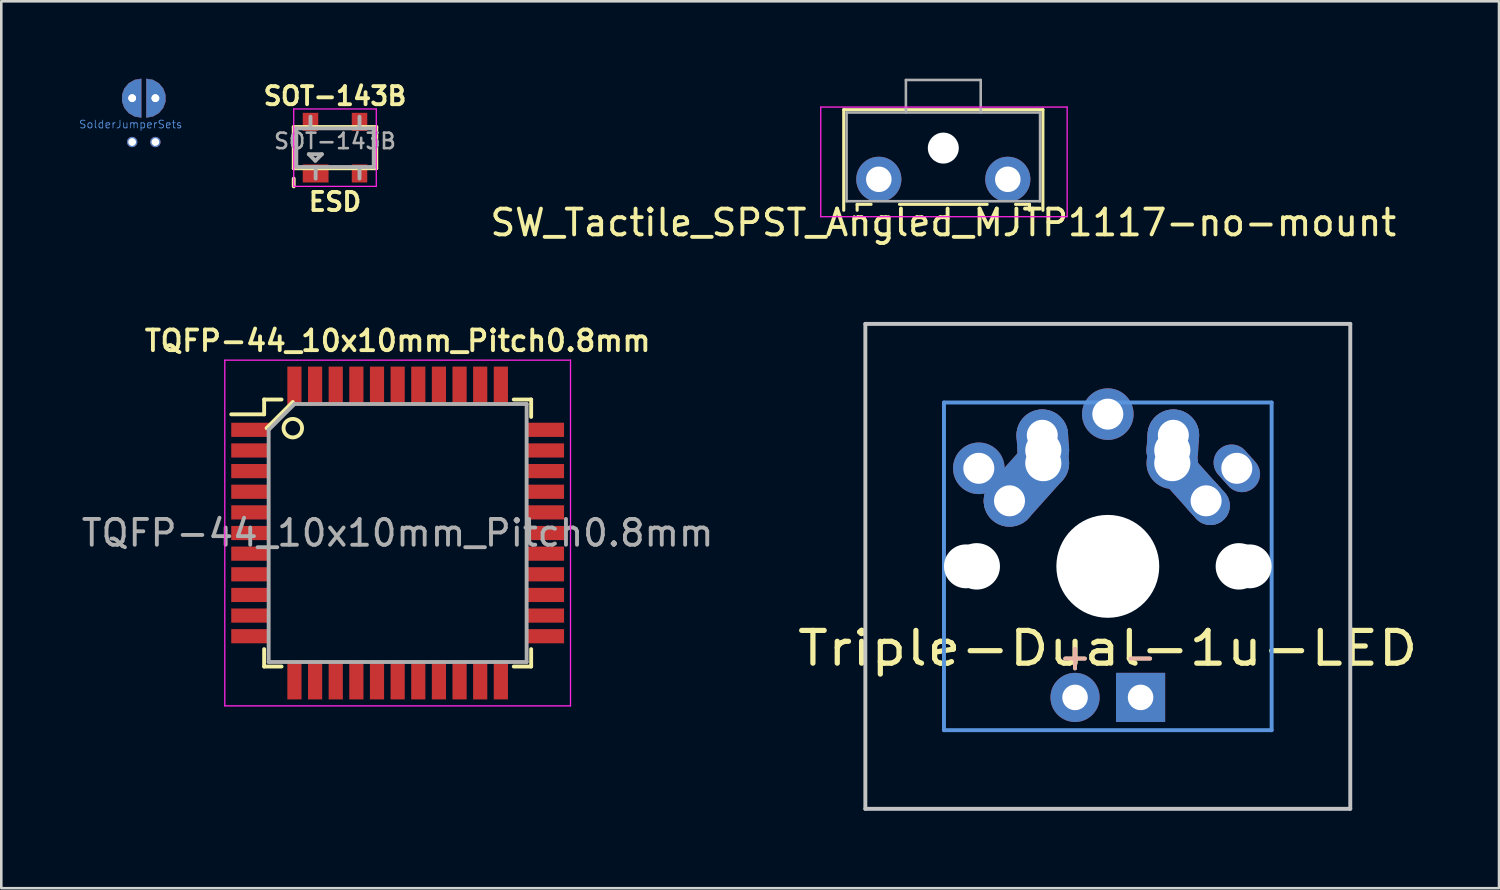
<source format=kicad_pcb>
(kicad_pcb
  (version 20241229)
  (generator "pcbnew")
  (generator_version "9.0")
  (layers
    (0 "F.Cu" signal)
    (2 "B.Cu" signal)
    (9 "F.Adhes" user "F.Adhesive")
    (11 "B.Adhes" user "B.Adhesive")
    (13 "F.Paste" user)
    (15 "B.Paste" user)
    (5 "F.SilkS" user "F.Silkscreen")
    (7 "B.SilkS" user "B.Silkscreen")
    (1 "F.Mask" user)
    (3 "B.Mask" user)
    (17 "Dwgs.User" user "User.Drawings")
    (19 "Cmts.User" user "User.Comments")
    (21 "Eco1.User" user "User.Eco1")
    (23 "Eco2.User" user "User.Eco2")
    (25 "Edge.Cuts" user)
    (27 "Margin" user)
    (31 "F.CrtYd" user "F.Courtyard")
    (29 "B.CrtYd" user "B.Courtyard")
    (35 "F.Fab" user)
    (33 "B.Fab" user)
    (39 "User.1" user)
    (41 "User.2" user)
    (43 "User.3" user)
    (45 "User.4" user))
  (footprint "SolderJumperSets"
    (layer "F.Cu")
    (at 2.523 0.755)
    (property "Reference" "SolderJumperSets" (at -0.508 1.016 0) (layer "Cmts.User") (effects (font (size 0.3 0.3) (thickness 0.03))))
    (attr through_hole)
    (fp_poly (pts (xy -0.1 -0.75) (xy -0.356 -0.705) (xy -0.582 -0.575) (xy -0.75 -0.375) (xy -0.839 -0.13) (xy -0.839 0.13) (xy -0.75 0.375) (xy -0.582 0.575) (xy -0.356 0.705) (xy -0.1 0.75) (xy -0.1 -0.75)) (stroke (width 0.01) (type solid)) (fill yes) (layer "F.Cu"))
    (fp_poly (pts (xy 0.1 0.75) (xy 0.356 0.705) (xy 0.582 0.575) (xy 0.75 0.375) (xy 0.839 0.13) (xy 0.839 -0.13) (xy 0.75 -0.375) (xy 0.582 -0.575) (xy 0.356 -0.705) (xy 0.1 -0.75) (xy 0.1 0.75)) (stroke (width 0.01) (type solid)) (fill yes) (layer "F.Cu"))
    (fp_poly (pts (xy -0.1 -0.75) (xy -0.356 -0.705) (xy -0.582 -0.575) (xy -0.75 -0.375) (xy -0.839 -0.13) (xy -0.839 0.13) (xy -0.75 0.375) (xy -0.582 0.575) (xy -0.356 0.705) (xy -0.1 0.75) (xy -0.1 -0.75)) (stroke (width 0.01) (type solid)) (fill yes) (layer "B.Cu"))
    (fp_poly (pts (xy 0.1 0.75) (xy 0.356 0.705) (xy 0.582 0.575) (xy 0.75 0.375) (xy 0.839 0.13) (xy 0.839 -0.13) (xy 0.75 -0.375) (xy 0.582 -0.575) (xy 0.356 -0.705) (xy 0.1 -0.75) (xy 0.1 0.75)) (stroke (width 0.01) (type solid)) (fill yes) (layer "B.Cu"))
    (pad "1" thru_hole circle (at -0.45 0) (size 0.4 0.4) (drill 0.3) (layers "*.Cu" "*.Mask"))
    (pad "1" thru_hole circle (at -0.45 0) (size 0.4 0.4) (drill 0.3) (layers "*.Cu" "*.Mask"))
    (pad "1" thru_hole circle (at -0.45 1.7) (size 0.4 0.4) (drill 0.3) (layers "*.Cu" "*.Mask"))
    (pad "2" thru_hole circle (at 0.45 0) (size 0.4 0.4) (drill 0.3) (layers "*.Cu" "*.Mask"))
    (pad "2" thru_hole circle (at 0.45 0) (size 0.4 0.4) (drill 0.3) (layers "*.Cu" "*.Mask"))
    (pad "2" thru_hole circle (at 0.45 1.7) (size 0.4 0.4) (drill 0.3) (layers "*.Cu" "*.Mask")))
  (footprint "TQFP-44_10x10mm_Pitch0.8mm"
    (layer "F.Cu")
    (at 12.363 17.61)
    (property "Reference" "TQFP-44_10x10mm_Pitch0.8mm" (at 0 -7.45 0) (layer "F.SilkS") (effects (font (size 0.8 0.8) (thickness 0.15))))
    (attr smd)
    (fp_line (start -5.175 -5.175) (end -5.175 -4.6) (stroke (width 0.15) (type solid)) (layer "F.SilkS"))
    (fp_line (start -5.175 -5.175) (end -4.5 -5.175) (stroke (width 0.15) (type solid)) (layer "F.SilkS"))
    (fp_line (start -5.175 -4.6) (end -6.45 -4.6) (stroke (width 0.15) (type solid)) (layer "F.SilkS"))
    (fp_line (start -5.175 5.175) (end -5.175 4.5) (stroke (width 0.15) (type solid)) (layer "F.SilkS"))
    (fp_line (start -5.175 5.175) (end -4.5 5.175) (stroke (width 0.15) (type solid)) (layer "F.SilkS"))
    (fp_line (start -5.08 -4.064) (end -4.064 -5.08) (stroke (width 0.15) (type solid)) (layer "F.SilkS"))
    (fp_line (start 5.175 -5.175) (end 4.5 -5.175) (stroke (width 0.15) (type solid)) (layer "F.SilkS"))
    (fp_line (start 5.175 -5.175) (end 5.175 -4.5) (stroke (width 0.15) (type solid)) (layer "F.SilkS"))
    (fp_line (start 5.175 5.175) (end 4.5 5.175) (stroke (width 0.15) (type solid)) (layer "F.SilkS"))
    (fp_line (start 5.175 5.175) (end 5.175 4.5) (stroke (width 0.15) (type solid)) (layer "F.SilkS"))
    (fp_circle (center -4.064 -4.064) (end -3.81 -3.81) (stroke (width 0.15) (type solid)) (fill no) (layer "F.SilkS"))
    (fp_line (start -6.7 -6.7) (end -6.7 6.7) (stroke (width 0.05) (type solid)) (layer "F.CrtYd"))
    (fp_line (start -6.7 -6.7) (end 6.7 -6.7) (stroke (width 0.05) (type solid)) (layer "F.CrtYd"))
    (fp_line (start -6.7 6.7) (end 6.7 6.7) (stroke (width 0.05) (type solid)) (layer "F.CrtYd"))
    (fp_line (start 6.7 -6.7) (end 6.7 6.7) (stroke (width 0.05) (type solid)) (layer "F.CrtYd"))
    (fp_line (start -5 -4) (end -4 -5) (stroke (width 0.15) (type solid)) (layer "F.Fab"))
    (fp_line (start -5 5) (end -5 -4) (stroke (width 0.15) (type solid)) (layer "F.Fab"))
    (fp_line (start -4 -5) (end 5 -5) (stroke (width 0.15) (type solid)) (layer "F.Fab"))
    (fp_line (start 5 -5) (end 5 5) (stroke (width 0.15) (type solid)) (layer "F.Fab"))
    (fp_line (start 5 5) (end -5 5) (stroke (width 0.15) (type solid)) (layer "F.Fab"))
    (fp_text user "${REFERENCE}" (at 0 0 0) (layer "F.Fab") (effects (font (size 1 1) (thickness 0.15))))
    (pad "1" smd rect (at -5.7 -4) (size 1.5 0.55) (layers "F.Cu" "F.Mask" "F.Paste"))
    (pad "2" smd rect (at -5.7 -3.2) (size 1.5 0.55) (layers "F.Cu" "F.Mask" "F.Paste"))
    (pad "3" smd rect (at -5.7 -2.4) (size 1.5 0.55) (layers "F.Cu" "F.Mask" "F.Paste"))
    (pad "4" smd rect (at -5.7 -1.6) (size 1.5 0.55) (layers "F.Cu" "F.Mask" "F.Paste"))
    (pad "5" smd rect (at -5.7 -0.8) (size 1.5 0.55) (layers "F.Cu" "F.Mask" "F.Paste"))
    (pad "6" smd rect (at -5.7 0) (size 1.5 0.55) (layers "F.Cu" "F.Mask" "F.Paste"))
    (pad "7" smd rect (at -5.7 0.8) (size 1.5 0.55) (layers "F.Cu" "F.Mask" "F.Paste"))
    (pad "8" smd rect (at -5.7 1.6) (size 1.5 0.55) (layers "F.Cu" "F.Mask" "F.Paste"))
    (pad "9" smd rect (at -5.7 2.4) (size 1.5 0.55) (layers "F.Cu" "F.Mask" "F.Paste"))
    (pad "10" smd rect (at -5.7 3.2) (size 1.5 0.55) (layers "F.Cu" "F.Mask" "F.Paste"))
    (pad "11" smd rect (at -5.7 4) (size 1.5 0.55) (layers "F.Cu" "F.Mask" "F.Paste"))
    (pad "12" smd rect (at -4 5.7 90) (size 1.5 0.55) (layers "F.Cu" "F.Mask" "F.Paste"))
    (pad "13" smd rect (at -3.2 5.7 90) (size 1.5 0.55) (layers "F.Cu" "F.Mask" "F.Paste"))
    (pad "14" smd rect (at -2.4 5.7 90) (size 1.5 0.55) (layers "F.Cu" "F.Mask" "F.Paste"))
    (pad "15" smd rect (at -1.6 5.7 90) (size 1.5 0.55) (layers "F.Cu" "F.Mask" "F.Paste"))
    (pad "16" smd rect (at -0.8 5.7 90) (size 1.5 0.55) (layers "F.Cu" "F.Mask" "F.Paste"))
    (pad "17" smd rect (at 0 5.7 90) (size 1.5 0.55) (layers "F.Cu" "F.Mask" "F.Paste"))
    (pad "18" smd rect (at 0.8 5.7 90) (size 1.5 0.55) (layers "F.Cu" "F.Mask" "F.Paste"))
    (pad "19" smd rect (at 1.6 5.7 90) (size 1.5 0.55) (layers "F.Cu" "F.Mask" "F.Paste"))
    (pad "20" smd rect (at 2.4 5.7 90) (size 1.5 0.55) (layers "F.Cu" "F.Mask" "F.Paste"))
    (pad "21" smd rect (at 3.2 5.7 90) (size 1.5 0.55) (layers "F.Cu" "F.Mask" "F.Paste"))
    (pad "22" smd rect (at 4 5.7 90) (size 1.5 0.55) (layers "F.Cu" "F.Mask" "F.Paste"))
    (pad "23" smd rect (at 5.7 4) (size 1.5 0.55) (layers "F.Cu" "F.Mask" "F.Paste"))
    (pad "24" smd rect (at 5.7 3.2) (size 1.5 0.55) (layers "F.Cu" "F.Mask" "F.Paste"))
    (pad "25" smd rect (at 5.7 2.4) (size 1.5 0.55) (layers "F.Cu" "F.Mask" "F.Paste"))
    (pad "26" smd rect (at 5.7 1.6) (size 1.5 0.55) (layers "F.Cu" "F.Mask" "F.Paste"))
    (pad "27" smd rect (at 5.7 0.8) (size 1.5 0.55) (layers "F.Cu" "F.Mask" "F.Paste"))
    (pad "28" smd rect (at 5.7 0) (size 1.5 0.55) (layers "F.Cu" "F.Mask" "F.Paste"))
    (pad "29" smd rect (at 5.7 -0.8) (size 1.5 0.55) (layers "F.Cu" "F.Mask" "F.Paste"))
    (pad "30" smd rect (at 5.7 -1.6) (size 1.5 0.55) (layers "F.Cu" "F.Mask" "F.Paste"))
    (pad "31" smd rect (at 5.7 -2.4) (size 1.5 0.55) (layers "F.Cu" "F.Mask" "F.Paste"))
    (pad "32" smd rect (at 5.7 -3.2) (size 1.5 0.55) (layers "F.Cu" "F.Mask" "F.Paste"))
    (pad "33" smd rect (at 5.7 -4) (size 1.5 0.55) (layers "F.Cu" "F.Mask" "F.Paste"))
    (pad "34" smd rect (at 4 -5.7 90) (size 1.5 0.55) (layers "F.Cu" "F.Mask" "F.Paste"))
    (pad "35" smd rect (at 3.2 -5.7 90) (size 1.5 0.55) (layers "F.Cu" "F.Mask" "F.Paste"))
    (pad "36" smd rect (at 2.4 -5.7 90) (size 1.5 0.55) (layers "F.Cu" "F.Mask" "F.Paste"))
    (pad "37" smd rect (at 1.6 -5.7 90) (size 1.5 0.55) (layers "F.Cu" "F.Mask" "F.Paste"))
    (pad "38" smd rect (at 0.8 -5.7 90) (size 1.5 0.55) (layers "F.Cu" "F.Mask" "F.Paste"))
    (pad "39" smd rect (at 0 -5.7 90) (size 1.5 0.55) (layers "F.Cu" "F.Mask" "F.Paste"))
    (pad "40" smd rect (at -0.8 -5.7 90) (size 1.5 0.55) (layers "F.Cu" "F.Mask" "F.Paste"))
    (pad "41" smd rect (at -1.6 -5.7 90) (size 1.5 0.55) (layers "F.Cu" "F.Mask" "F.Paste"))
    (pad "42" smd rect (at -2.4 -5.7 90) (size 1.5 0.55) (layers "F.Cu" "F.Mask" "F.Paste"))
    (pad "43" smd rect (at -3.2 -5.7 90) (size 1.5 0.55) (layers "F.Cu" "F.Mask" "F.Paste"))
    (pad "44" smd rect (at -4 -5.7 90) (size 1.5 0.55) (layers "F.Cu" "F.Mask" "F.Paste")))
  (footprint "SW_Tactile_SPST_Angled_MJTP1117-no-mount"
    (layer "F.Cu")
    (at 31.013 3.9)
    (property "Reference" "SW_Tactile_SPST_Angled_MJTP1117-no-mount" (at 2.5 1.68 0) (layer "F.SilkS") (effects (font (size 1 1) (thickness 0.15))))
    (attr through_hole)
    (fp_line (start -1.36 -2.7) (end -1.36 1.2) (stroke (width 0.12) (type solid)) (layer "F.SilkS"))
    (fp_line (start -1.36 -2.7) (end 6.36 -2.7) (stroke (width 0.12) (type solid)) (layer "F.SilkS"))
    (fp_line (start -0.84 0.97) (end -0.84 1.2) (stroke (width 0.12) (type solid)) (layer "F.SilkS"))
    (fp_line (start -0.84 0.97) (end -0.3 0.97) (stroke (width 0.12) (type solid)) (layer "F.SilkS"))
    (fp_line (start 0.8 0.97) (end 4.2 0.97) (stroke (width 0.12) (type solid)) (layer "F.SilkS"))
    (fp_line (start 5.3 0.97) (end 5.84 0.97) (stroke (width 0.12) (type solid)) (layer "F.SilkS"))
    (fp_line (start 5.84 0.97) (end 5.84 1.2) (stroke (width 0.12) (type solid)) (layer "F.SilkS"))
    (fp_line (start 6.36 -2.7) (end 6.36 1.2) (stroke (width 0.12) (type solid)) (layer "F.SilkS"))
    (fp_line (start -2.25 -2.8) (end 7.3 -2.8) (stroke (width 0.05) (type solid)) (layer "F.CrtYd"))
    (fp_line (start -2.25 1.45) (end -2.25 -2.8) (stroke (width 0.05) (type solid)) (layer "F.CrtYd"))
    (fp_line (start 7.3 -2.8) (end 7.3 1.45) (stroke (width 0.05) (type solid)) (layer "F.CrtYd"))
    (fp_line (start 7.3 1.45) (end -2.25 1.45) (stroke (width 0.05) (type solid)) (layer "F.CrtYd"))
    (fp_line (start -1.25 -2.59) (end 6.25 -2.59) (stroke (width 0.1) (type solid)) (layer "F.Fab"))
    (fp_line (start -1.25 0.85) (end -1.25 -2.59) (stroke (width 0.1) (type solid)) (layer "F.Fab"))
    (fp_line (start -1.25 0.85) (end 6.25 0.85) (stroke (width 0.1) (type solid)) (layer "F.Fab"))
    (fp_line (start 1.05 -3.85) (end 1.05 -2.59) (stroke (width 0.1) (type solid)) (layer "F.Fab"))
    (fp_line (start 1.05 -3.85) (end 3.95 -3.85) (stroke (width 0.1) (type solid)) (layer "F.Fab"))
    (fp_line (start 3.95 -3.85) (end 3.95 -2.59) (stroke (width 0.1) (type solid)) (layer "F.Fab"))
    (fp_line (start 6.25 0.85) (end 6.25 -2.59) (stroke (width 0.1) (type solid)) (layer "F.Fab"))
    (pad "" np_thru_hole circle (at 2.5 -1.21) (size 1.2 1.2) (drill 1.2) (layers "*.Cu" "*.Mask"))
    (pad "1" thru_hole circle (at 0 0) (size 1.75 1.75) (drill 0.99) (layers "*.Cu" "*.Mask"))
    (pad "2" thru_hole circle (at 5 0) (size 1.75 1.75) (drill 0.99) (layers "*.Cu" "*.Mask")))
  (footprint "Triple-Dual-1u-LED"
    (layer "F.Cu")
    (at 39.889 18.902)
    (property "Reference" "Triple-Dual-1u-LED" (at 0 3.175 0) (layer "F.SilkS") (effects (font (size 1.27 1.524) (thickness 0.203))))
    (attr through_hole)
    (fp_line (start -9.398 -9.398) (end 9.398 -9.398) (stroke (width 0.152) (type solid)) (layer "Dwgs.User"))
    (fp_line (start -9.398 9.398) (end -9.398 -9.398) (stroke (width 0.152) (type solid)) (layer "Dwgs.User"))
    (fp_line (start 9.398 -9.398) (end 9.398 9.398) (stroke (width 0.152) (type solid)) (layer "Dwgs.User"))
    (fp_line (start 9.398 9.398) (end -9.398 9.398) (stroke (width 0.152) (type solid)) (layer "Dwgs.User"))
    (fp_line (start -6.35 -6.35) (end 6.35 -6.35) (stroke (width 0.152) (type solid)) (layer "Cmts.User"))
    (fp_line (start -6.35 6.35) (end -6.35 -6.35) (stroke (width 0.152) (type solid)) (layer "Cmts.User"))
    (fp_line (start 6.35 -6.35) (end 6.35 6.35) (stroke (width 0.152) (type solid)) (layer "Cmts.User"))
    (fp_line (start 6.35 6.35) (end -6.35 6.35) (stroke (width 0.152) (type solid)) (layer "Cmts.User"))
    (fp_line (start -6.985 -6.985) (end 6.985 -6.985) (stroke (width 0.152) (type solid)) (layer "Eco2.User"))
    (fp_line (start -6.985 6.985) (end -6.985 -6.985) (stroke (width 0.152) (type solid)) (layer "Eco2.User"))
    (fp_line (start 6.985 -6.985) (end 6.985 6.985) (stroke (width 0.152) (type solid)) (layer "Eco2.User"))
    (fp_line (start 6.985 6.985) (end -6.985 6.985) (stroke (width 0.152) (type solid)) (layer "Eco2.User"))
    (fp_text user "+" (at -1.27 3.5 0) (layer "F.SilkS") (effects (font (size 1 1) (thickness 0.15))))
    (fp_text user "-" (at 1.26 3.5 0) (layer "F.SilkS") (effects (font (size 1 1) (thickness 0.15))))
    (fp_text user "-" (at 1.26 3.5 0) (layer "B.SilkS") (effects (font (size 1 1) (thickness 0.15)) (justify mirror)))
    (fp_text user "+" (at -1.27 3.5 0) (layer "B.SilkS") (effects (font (size 1 1) (thickness 0.15)) (justify mirror)))
    (pad "" np_thru_hole circle (at -5.5 0) (size 1.7 1.7) (drill 1.7) (layers "*.Cu"))
    (pad "" np_thru_hole circle (at -5.08 0) (size 1.8 1.8) (drill 1.8) (layers "*.Cu"))
    (pad "" np_thru_hole circle (at 0 0) (size 3.988 3.988) (drill 3.988) (layers "*.Cu"))
    (pad "" np_thru_hole circle (at 5.08 0) (size 1.8 1.8) (drill 1.8) (layers "*.Cu"))
    (pad "" np_thru_hole circle (at 5.5 0) (size 1.7 1.7) (drill 1.7) (layers "*.Cu"))
    (pad "1" thru_hole circle (at -5 -3.8 138.1) (size 2 2) (drill 1.2) (layers "*.Cu" "*.Mask"))
    (pad "1" thru_hole circle (at -3.81 -2.54) (size 2 2) (drill oval 1.2) (layers "*.Cu" "*.Mask"))
    (pad "1" smd oval (at -3.155 -3.27 138.1) (size 2 3.962) (layers "F.Cu" "F.Mask" "F.Paste"))
    (pad "1" smd oval (at -3.155 -3.27 138.1) (size 2 3.962) (layers "B.Cu" "B.Mask" "B.Paste"))
    (pad "1" thru_hole circle (at -2.54 -5.08 330.95) (size 2 2) (drill 1.2) (layers "*.Cu" "*.Mask"))
    (pad "1" smd oval (at -2.52 -4.79 3.945) (size 2 2.581) (layers "F.Cu" "F.Mask" "F.Paste"))
    (pad "1" smd oval (at -2.52 -4.79 3.945) (size 2 2.581) (layers "B.Cu" "B.Mask" "B.Paste"))
    (pad "1" thru_hole circle (at -2.5 -4.5 330.95) (size 2 2) (drill 1.4) (layers "*.Cu" "*.Mask"))
    (pad "1" thru_hole circle (at -2.5 -4 330.95) (size 2 2) (drill 1.4) (layers "*.Cu" "*.Mask"))
    (pad "1" thru_hole oval (at 5 -3.8 221.9) (size 1.4 2) (drill 1.2) (layers "*.Cu" "*.Mask"))
    (pad "2" thru_hole circle (at 0 -5.9) (size 2 2) (drill 1.2) (layers "*.Cu" "*.Mask"))
    (pad "2" thru_hole circle (at 2.5 -4.5 330.95) (size 2 2) (drill 1.4) (layers "*.Cu" "*.Mask"))
    (pad "2" thru_hole circle (at 2.5 -4) (size 2 2) (drill 1.4) (layers "*.Cu" "*.Mask"))
    (pad "2" smd oval (at 2.52 -4.79 356.055) (size 2 2.581) (layers "F.Cu" "F.Mask" "F.Paste"))
    (pad "2" smd oval (at 2.52 -4.79 356.055) (size 2 2.581) (layers "B.Cu" "B.Mask" "B.Paste"))
    (pad "2" thru_hole circle (at 2.54 -5.08 330.95) (size 2 2) (drill 1.2) (layers "*.Cu" "*.Mask"))
    (pad "2" smd oval (at 3.155 -3.27 221.9) (size 1.5 3.962) (layers "F.Cu" "F.Mask" "F.Paste"))
    (pad "2" smd oval (at 3.155 -3.27 221.9) (size 1.5 3.962) (layers "B.Cu" "B.Mask" "B.Paste"))
    (pad "2" thru_hole oval (at 3.81 -2.54 311.9) (size 2 1.5) (drill 1.2) (layers "*.Cu" "*.Mask"))
    (pad "3" thru_hole circle (at -1.27 5.08) (size 1.905 1.905) (drill 0.991) (layers "*.Cu" "*.Mask"))
    (pad "4" thru_hole rect (at 1.27 5.08) (size 1.905 1.905) (drill 0.991) (layers "*.Cu" "*.Mask")))
  (footprint "SOT-143B"
    (layer "F.Cu")
    (at 9.935 2.673)
    (property "Reference" "SOT-143B" (at 0 -2 0) (layer "F.SilkS") (effects (font (size 0.7 0.7) (thickness 0.15))))
    (attr smd)
    (fp_line (start -1.6 -0.8) (end -1.6 0.8) (stroke (width 0.15) (type solid)) (layer "F.SilkS"))
    (fp_line (start -1.6 1.2) (end -1.6 1.5) (stroke (width 0.15) (type solid)) (layer "F.SilkS"))
    (fp_line (start 1.6 -0.8) (end -1.6 -0.8) (stroke (width 0.15) (type solid)) (layer "F.SilkS"))
    (fp_line (start 1.6 -0.8) (end 1.6 0.8) (stroke (width 0.15) (type solid)) (layer "F.SilkS"))
    (fp_line (start 1.6 0.8) (end -1.6 0.8) (stroke (width 0.15) (type solid)) (layer "F.SilkS"))
    (fp_line (start -1.6 -1.5) (end -1.6 1.5) (stroke (width 0.05) (type solid)) (layer "F.CrtYd"))
    (fp_line (start -1.6 -1.5) (end 1.6 -1.5) (stroke (width 0.05) (type solid)) (layer "F.CrtYd"))
    (fp_line (start -1.6 1.5) (end 1.6 1.5) (stroke (width 0.05) (type solid)) (layer "F.CrtYd"))
    (fp_line (start 1.6 -1.5) (end 1.6 1.5) (stroke (width 0.05) (type solid)) (layer "F.CrtYd"))
    (fp_line (start -1.5 -0.75) (end -1.5 0.75) (stroke (width 0.15) (type solid)) (layer "F.Fab"))
    (fp_line (start -1.5 0.75) (end 1.5 0.75) (stroke (width 0.15) (type solid)) (layer "F.Fab"))
    (fp_line (start -1.016 0.254) (end -0.762 0.508) (stroke (width 0.15) (type solid)) (layer "F.Fab"))
    (fp_line (start -0.95 -1.2) (end -0.95 -0.762) (stroke (width 0.15) (type solid)) (layer "F.Fab"))
    (fp_line (start -0.762 0.508) (end -0.508 0.254) (stroke (width 0.15) (type solid)) (layer "F.Fab"))
    (fp_line (start -0.75 1.2) (end -0.75 0.762) (stroke (width 0.15) (type solid)) (layer "F.Fab"))
    (fp_line (start -0.508 0.254) (end -1.016 0.254) (stroke (width 0.15) (type solid)) (layer "F.Fab"))
    (fp_line (start 0.95 -1.2) (end 0.95 -0.762) (stroke (width 0.15) (type solid)) (layer "F.Fab"))
    (fp_line (start 0.95 1.2) (end 0.95 0.762) (stroke (width 0.15) (type solid)) (layer "F.Fab"))
    (fp_line (start 1.5 -0.75) (end -1.5 -0.75) (stroke (width 0.15) (type solid)) (layer "F.Fab"))
    (fp_line (start 1.5 0.75) (end 1.5 -0.75) (stroke (width 0.15) (type solid)) (layer "F.Fab"))
    (fp_text user "ESD" (at 0 2.1 0) (layer "F.SilkS") (effects (font (size 0.7 0.7) (thickness 0.15))))
    (fp_text user "${REFERENCE}" (at 0 -0.254 0) (layer "F.Fab") (effects (font (size 0.6 0.6) (thickness 0.1))))
    (pad "1" smd rect (at -0.75 1) (size 1 0.7) (layers "F.Cu" "F.Mask" "F.Paste"))
    (pad "2" smd rect (at 0.95 1) (size 0.6 0.7) (layers "F.Cu" "F.Mask" "F.Paste"))
    (pad "3" smd rect (at 0.95 -1) (size 0.6 0.7) (layers "F.Cu" "F.Mask" "F.Paste"))
    (pad "4" smd rect (at -0.95 -1) (size 0.6 0.7) (layers "F.Cu" "F.Mask" "F.Paste")))
  (gr_rect
    (start -3 -3)
    (end 55.052 31.377)
    (stroke (width 0.1) (type default))
    (fill no)
    (layer "Edge.Cuts")))
</source>
